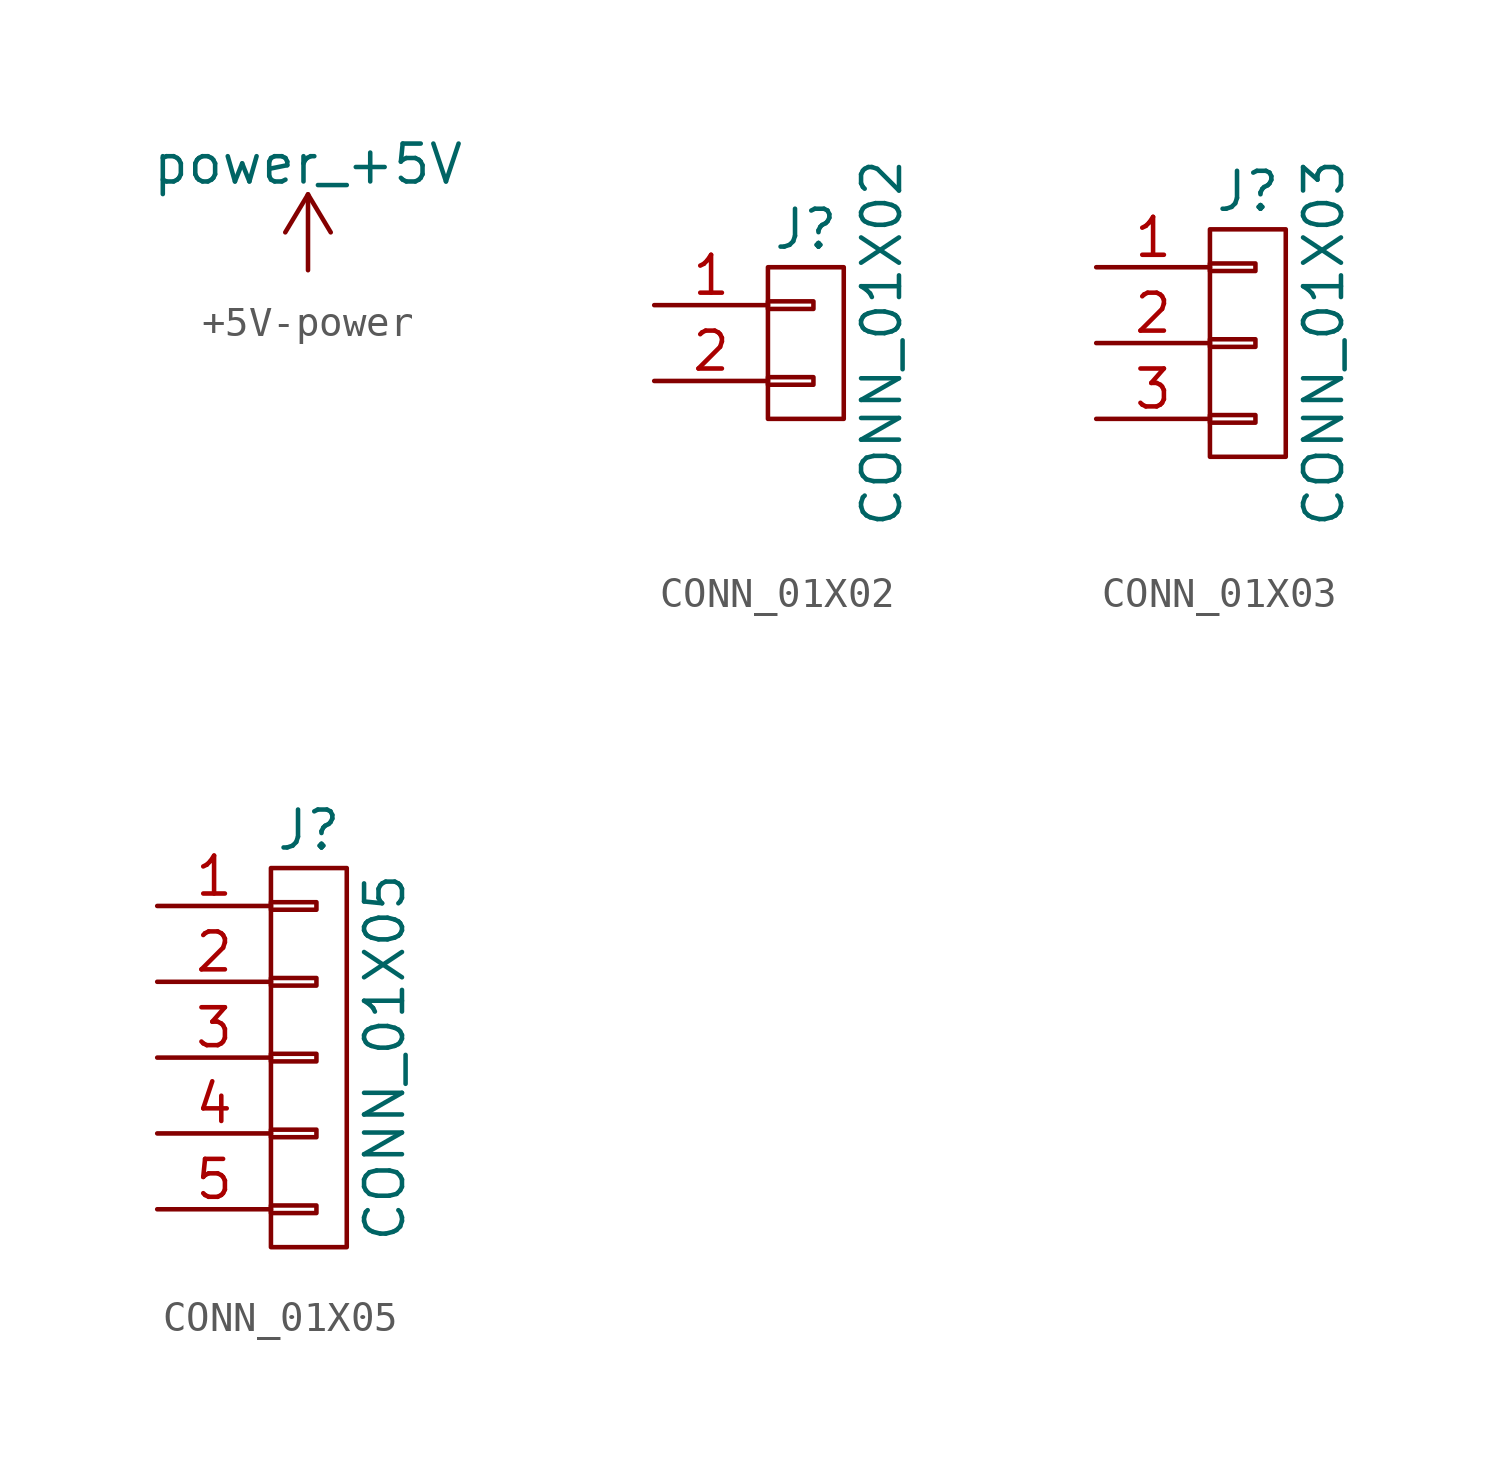
<source format=kicad_sym>
(kicad_symbol_lib
  (version 20231120)
  (generator "kicad_symbol_editor")
  (generator_version "8.0")
  (symbol "+5V-power"
    (power)
    (pin_names
      (offset 0))
    (property "Reference" "#PWR"
      (at 0 -3.81 0)
      (effects (font (size 1.27 1.27)) (hide yes)))
    (property "Value" "power_+5V"
      (at 0 3.556 0)
      (effects (font (size 1.27 1.27))))
    (symbol "+5V-power_0_1"
      (polyline (pts (xy -0.762 1.27) (xy 0 2.54)) (stroke (width 0) (type solid)) (fill (type none)))
      (polyline (pts (xy 0 0) (xy 0 2.54)) (stroke (width 0) (type solid)) (fill (type none)))
      (polyline (pts (xy 0 2.54) (xy 0.762 1.27)) (stroke (width 0) (type solid)) (fill (type none))))
    (symbol "+5V-power_1_1"
      (pin power_in line (at 0 0 90) (length 0) hide (name "+5V" (effects (font (size 1.27 1.27)))) (number "1" (effects (font (size 1.27 1.27)))))))
  (symbol "CONN_01X02"
    (pin_names
      (offset 1.016) hide)
    (property "Reference" "J"
      (at 0 3.81 0)
      (effects (font (size 1.27 1.27))))
    (property "Value" "CONN_01X02"
      (at 2.54 0 90)
      (effects (font (size 1.27 1.27))))
    (symbol "CONN_01X02_0_1"
      (rectangle (start -1.27 -1.143) (end 0.254 -1.397) (stroke (width 0) (type solid)) (fill (type none)))
      (rectangle (start -1.27 1.397) (end 0.254 1.143) (stroke (width 0) (type solid)) (fill (type none)))
      (rectangle (start -1.27 2.54) (end 1.27 -2.54) (stroke (width 0) (type solid)) (fill (type none))))
    (symbol "CONN_01X02_1_1"
      (pin passive line (at -5.08 1.27 0) (length 3.81) (name "P1" (effects (font (size 1.27 1.27)))) (number "1" (effects (font (size 1.27 1.27)))))
      (pin passive line (at -5.08 -1.27 0) (length 3.81) (name "P2" (effects (font (size 1.27 1.27)))) (number "2" (effects (font (size 1.27 1.27)))))))
  (symbol "CONN_01X03"
    (pin_names
      (offset 1.016) hide)
    (property "Reference" "J"
      (at 0 5.08 0)
      (effects (font (size 1.27 1.27))))
    (property "Value" "CONN_01X03"
      (at 2.54 0 90)
      (effects (font (size 1.27 1.27))))
    (symbol "CONN_01X03_0_1"
      (rectangle (start -1.27 -2.413) (end 0.254 -2.667) (stroke (width 0) (type solid)) (fill (type none)))
      (rectangle (start -1.27 0.127) (end 0.254 -0.127) (stroke (width 0) (type solid)) (fill (type none)))
      (rectangle (start -1.27 2.667) (end 0.254 2.413) (stroke (width 0) (type solid)) (fill (type none)))
      (rectangle (start -1.27 3.81) (end 1.27 -3.81) (stroke (width 0) (type solid)) (fill (type none))))
    (symbol "CONN_01X03_1_1"
      (pin passive line (at -5.08 2.54 0) (length 3.81) (name "P1" (effects (font (size 1.27 1.27)))) (number "1" (effects (font (size 1.27 1.27)))))
      (pin passive line (at -5.08 0 0) (length 3.81) (name "P2" (effects (font (size 1.27 1.27)))) (number "2" (effects (font (size 1.27 1.27)))))
      (pin passive line (at -5.08 -2.54 0) (length 3.81) (name "P3" (effects (font (size 1.27 1.27)))) (number "3" (effects (font (size 1.27 1.27)))))))
  (symbol "CONN_01X05"
    (pin_names
      (offset 1.016) hide)
    (property "Reference" "J"
      (at 0 7.62 0)
      (effects (font (size 1.27 1.27))))
    (property "Value" "CONN_01X05"
      (at 2.54 0 90)
      (effects (font (size 1.27 1.27))))
    (symbol "CONN_01X05_0_1"
      (rectangle (start -1.27 -4.953) (end 0.254 -5.207) (stroke (width 0) (type solid)) (fill (type none)))
      (rectangle (start -1.27 -2.413) (end 0.254 -2.667) (stroke (width 0) (type solid)) (fill (type none)))
      (rectangle (start -1.27 0.127) (end 0.254 -0.127) (stroke (width 0) (type solid)) (fill (type none)))
      (rectangle (start -1.27 2.667) (end 0.254 2.413) (stroke (width 0) (type solid)) (fill (type none)))
      (rectangle (start -1.27 5.207) (end 0.254 4.953) (stroke (width 0) (type solid)) (fill (type none)))
      (rectangle (start -1.27 6.35) (end 1.27 -6.35) (stroke (width 0) (type solid)) (fill (type none))))
    (symbol "CONN_01X05_1_1"
      (pin passive line (at -5.08 5.08 0) (length 3.81) (name "P1" (effects (font (size 1.27 1.27)))) (number "1" (effects (font (size 1.27 1.27)))))
      (pin passive line (at -5.08 2.54 0) (length 3.81) (name "P2" (effects (font (size 1.27 1.27)))) (number "2" (effects (font (size 1.27 1.27)))))
      (pin passive line (at -5.08 0 0) (length 3.81) (name "P3" (effects (font (size 1.27 1.27)))) (number "3" (effects (font (size 1.27 1.27)))))
      (pin passive line (at -5.08 -2.54 0) (length 3.81) (name "P4" (effects (font (size 1.27 1.27)))) (number "4" (effects (font (size 1.27 1.27)))))
      (pin passive line (at -5.08 -5.08 0) (length 3.81) (name "P5" (effects (font (size 1.27 1.27)))) (number "5" (effects (font (size 1.27 1.27))))))))
</source>
